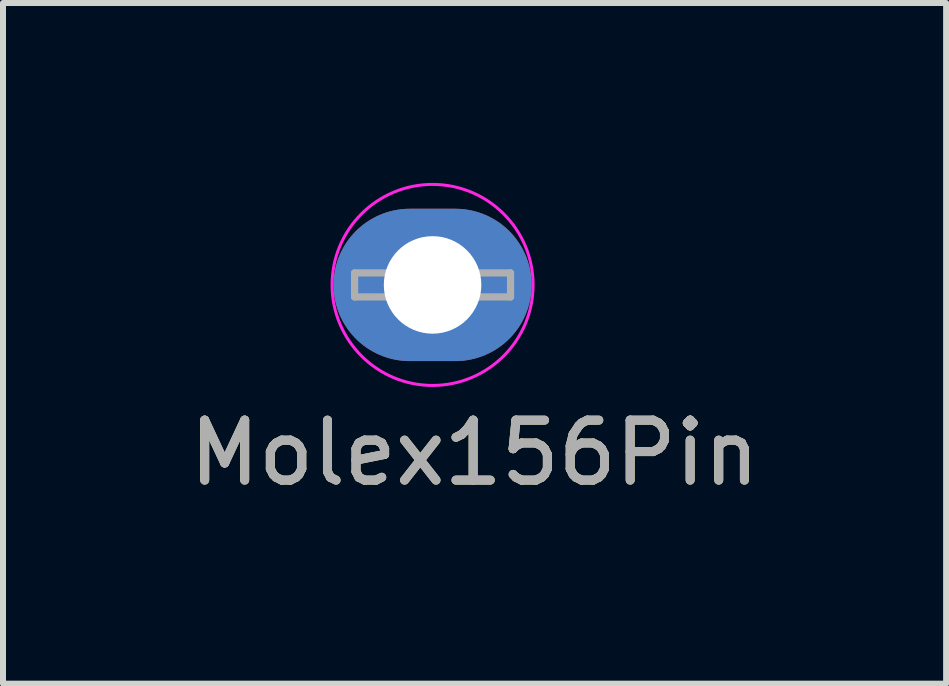
<source format=kicad_pcb>
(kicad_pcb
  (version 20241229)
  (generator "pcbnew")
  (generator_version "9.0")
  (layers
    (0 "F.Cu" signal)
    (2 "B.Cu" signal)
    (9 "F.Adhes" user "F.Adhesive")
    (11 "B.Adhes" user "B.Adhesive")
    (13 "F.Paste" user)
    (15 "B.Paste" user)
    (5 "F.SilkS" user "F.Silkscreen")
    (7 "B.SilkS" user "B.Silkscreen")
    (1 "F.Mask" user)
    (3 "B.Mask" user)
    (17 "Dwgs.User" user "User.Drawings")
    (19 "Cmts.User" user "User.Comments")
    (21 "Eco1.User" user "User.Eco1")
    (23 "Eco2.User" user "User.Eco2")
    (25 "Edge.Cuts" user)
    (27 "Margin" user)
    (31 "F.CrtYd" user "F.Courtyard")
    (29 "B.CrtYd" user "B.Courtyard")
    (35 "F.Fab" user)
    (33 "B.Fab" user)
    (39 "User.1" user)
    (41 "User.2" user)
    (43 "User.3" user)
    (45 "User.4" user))
  (footprint "Molex156Pin"
    (layer "F.Cu")
    (at 4.163 1.701)
    (property "Reference" "Molex156Pin" (at 0.7 2.8 0) (layer "F.SilkS") (effects (font (size 1 1) (thickness 0.15))))
    (attr through_hole)
    (fp_circle (center 0 0) (end 1.676 0) (stroke (width 0.05) (type solid)) (fill no) (layer "F.CrtYd"))
    (fp_line (start -1.3 -0.2) (end -1.3 0.2) (stroke (width 0.12) (type solid)) (layer "F.Fab"))
    (fp_line (start -1.3 0.2) (end 1.3 0.2) (stroke (width 0.12) (type solid)) (layer "F.Fab"))
    (fp_line (start 1.3 -0.2) (end -1.3 -0.2) (stroke (width 0.12) (type solid)) (layer "F.Fab"))
    (fp_line (start 1.3 0.2) (end 1.3 -0.2) (stroke (width 0.12) (type solid)) (layer "F.Fab"))
    (fp_text user "${REFERENCE}" (at 0.7 2.8 0) (layer "F.Fab") (effects (font (size 1 1) (thickness 0.15))))
    (pad "1" thru_hole oval (at 0.000012 -0.000001) (size 3.302 2.54) (drill 1.626) (layers "*.Cu" "*.Mask")))
  (gr_rect
    (start -3 -3)
    (end 12.726 8.35)
    (stroke (width 0.1) (type default))
    (fill no)
    (layer "Edge.Cuts")))
</source>
